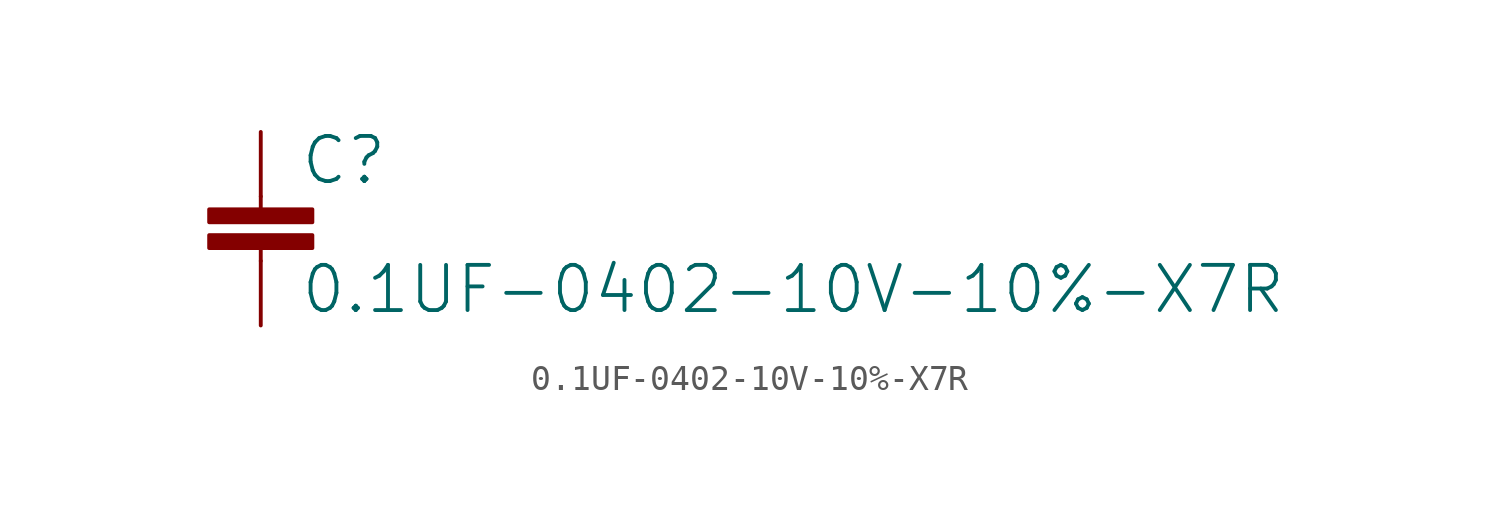
<source format=kicad_sym>
(kicad_symbol_lib
  (version 20211014)
  (generator kicad_symbol_editor)
  (symbol "0.1UF-0402-10V-10%-X7R"
    (property "Reference" "C"
      (at 1.524 2.921 0)
      (effects (font (size 1.778 1.778)) (justify left bottom)))
    (property "Value" "0.1UF-0402-10V-10%-X7R"
      (at 1.524 -2.159 0)
      (effects (font (size 1.778 1.778)) (justify left bottom)))
    (property "ki_locked" ""
      (at 0 0 0)
      (effects (font (size 1.27 1.27))))
    (symbol "0.1UF-0402-10V-10%-X7R_1_0"
      (rectangle (start -2.032 0.508) (end 2.032 1.016) (stroke (width 0) (type default) (color 0 0 0 0)) (fill (type outline)))
      (rectangle (start -2.032 1.524) (end 2.032 2.032) (stroke (width 0) (type default) (color 0 0 0 0)) (fill (type outline)))
      (polyline (pts (xy 0 0) (xy 0 0.508)) (stroke (width 0.152) (type default) (color 0 0 0 0)) (fill (type none)))
      (polyline (pts (xy 0 2.54) (xy 0 2.032)) (stroke (width 0.152) (type default) (color 0 0 0 0)) (fill (type none)))
      (pin passive line (at 0 5.08 270) (length 2.54) (name "1" (effects (font (size 0 0)))) (number "1" (effects (font (size 0 0)))))
      (pin passive line (at 0 -2.54 90) (length 2.54) (name "2" (effects (font (size 0 0)))) (number "2" (effects (font (size 0 0))))))))
</source>
